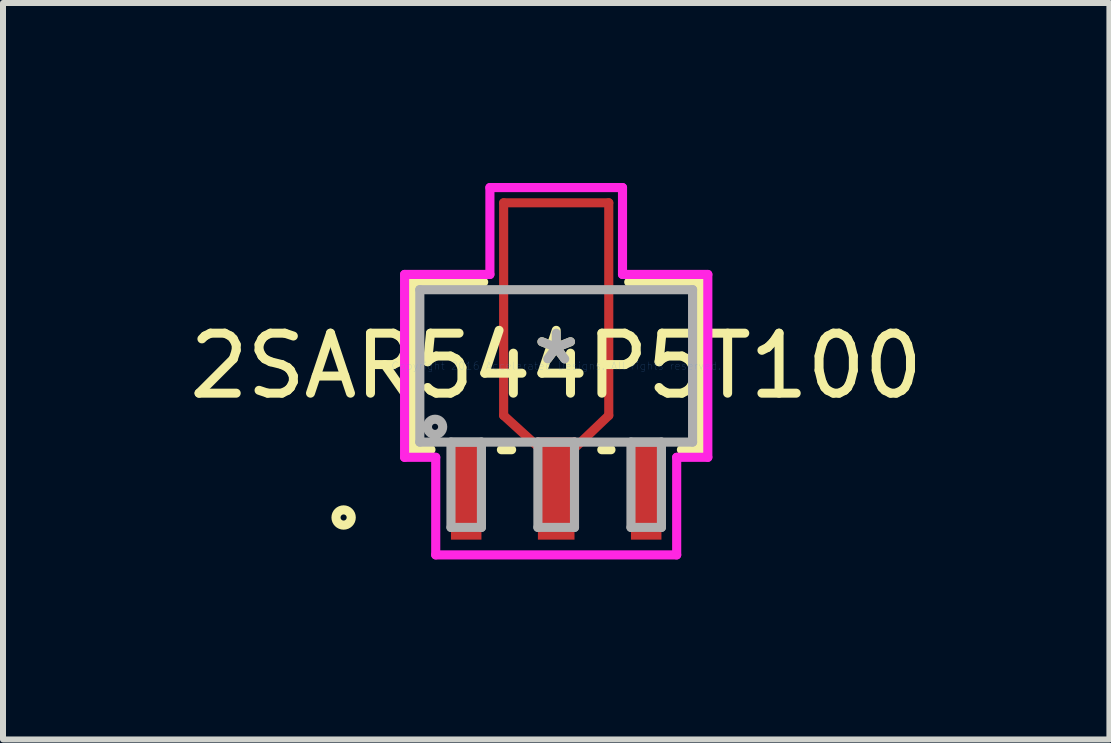
<source format=kicad_pcb>
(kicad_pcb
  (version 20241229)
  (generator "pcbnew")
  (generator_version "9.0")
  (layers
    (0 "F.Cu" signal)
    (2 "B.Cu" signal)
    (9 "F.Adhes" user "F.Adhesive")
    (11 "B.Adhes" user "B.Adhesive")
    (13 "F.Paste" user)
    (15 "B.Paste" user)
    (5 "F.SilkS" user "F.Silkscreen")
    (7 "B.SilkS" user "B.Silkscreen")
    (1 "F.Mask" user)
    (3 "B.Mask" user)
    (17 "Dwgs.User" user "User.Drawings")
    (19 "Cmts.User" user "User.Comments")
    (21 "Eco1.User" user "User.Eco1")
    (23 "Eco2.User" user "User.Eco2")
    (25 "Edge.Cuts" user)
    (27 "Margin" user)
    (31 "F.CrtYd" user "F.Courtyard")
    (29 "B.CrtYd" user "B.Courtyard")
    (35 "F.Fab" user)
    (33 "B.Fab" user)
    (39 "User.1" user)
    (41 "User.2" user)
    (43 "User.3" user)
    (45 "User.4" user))
  (footprint "2SAR544P5T100"
    (layer "F.Cu")
    (at 6.22 3.048)
    (property "Reference" "2SAR544P5T100" (at 0 0 0) (layer "F.SilkS") (effects (font (size 1 1) (thickness 0.15))))
    (attr through_hole)
    (fp_line (start -0.876 -2.718) (end 0.876 -2.718) (stroke (width 0.152) (type solid)) (layer "F.Cu"))
    (fp_line (start -0.876 0.826) (end -0.876 -2.718) (stroke (width 0.152) (type solid)) (layer "F.Cu"))
    (fp_line (start -0.305 1.27) (end -0.305 1.346) (stroke (width 0.152) (type solid)) (layer "F.Cu"))
    (fp_line (start -0.305 1.346) (end -0.876 0.826) (stroke (width 0.152) (type solid)) (layer "F.Cu"))
    (fp_line (start 0.305 1.27) (end -0.305 1.27) (stroke (width 0.152) (type solid)) (layer "F.Cu"))
    (fp_line (start 0.305 1.372) (end 0.305 1.27) (stroke (width 0.152) (type solid)) (layer "F.Cu"))
    (fp_line (start 0.876 -2.718) (end 0.876 0.826) (stroke (width 0.152) (type solid)) (layer "F.Cu"))
    (fp_line (start 0.876 0.826) (end 0.305 1.372) (stroke (width 0.152) (type solid)) (layer "F.Cu"))
    (fp_line (start -0.851 -2.565) (end 0.851 -2.565) (stroke (width 0.152) (type solid)) (layer "F.Mask"))
    (fp_line (start -0.851 0.8) (end -0.851 -2.565) (stroke (width 0.152) (type solid)) (layer "F.Mask"))
    (fp_line (start -0.305 1.27) (end -0.305 1.346) (stroke (width 0.152) (type solid)) (layer "F.Mask"))
    (fp_line (start -0.305 1.346) (end -0.851 0.8) (stroke (width 0.152) (type solid)) (layer "F.Mask"))
    (fp_line (start 0.305 1.27) (end -0.305 1.27) (stroke (width 0.152) (type solid)) (layer "F.Mask"))
    (fp_line (start 0.305 1.346) (end 0.305 1.27) (stroke (width 0.152) (type solid)) (layer "F.Mask"))
    (fp_line (start 0.851 -2.565) (end 0.851 0.8) (stroke (width 0.152) (type solid)) (layer "F.Mask"))
    (fp_line (start 0.851 0.8) (end 0.305 1.346) (stroke (width 0.152) (type solid)) (layer "F.Mask"))
    (fp_line (start -2.4 -1.397) (end -2.4 1.397) (stroke (width 0.152) (type solid)) (layer "F.SilkS"))
    (fp_line (start -2.4 1.397) (end -2.087 1.397) (stroke (width 0.152) (type solid)) (layer "F.SilkS"))
    (fp_line (start -1.209 -1.397) (end -2.4 -1.397) (stroke (width 0.152) (type solid)) (layer "F.SilkS"))
    (fp_line (start -0.913 1.397) (end -0.743 1.397) (stroke (width 0.152) (type solid)) (layer "F.SilkS"))
    (fp_line (start 0.76 1.397) (end 0.913 1.397) (stroke (width 0.152) (type solid)) (layer "F.SilkS"))
    (fp_line (start 2.087 1.397) (end 2.4 1.397) (stroke (width 0.152) (type solid)) (layer "F.SilkS"))
    (fp_line (start 2.4 -1.397) (end 1.209 -1.397) (stroke (width 0.152) (type solid)) (layer "F.SilkS"))
    (fp_line (start 2.4 1.397) (end 2.4 -1.397) (stroke (width 0.152) (type solid)) (layer "F.SilkS"))
    (fp_circle (center -3.543 2.527) (end -3.416 2.527) (stroke (width 0.152) (type solid)) (fill no) (layer "F.SilkS"))
    (fp_line (start -0.851 -2.565) (end 0.851 -2.565) (stroke (width 0.152) (type solid)) (layer "F.Paste"))
    (fp_line (start -0.851 0.8) (end -0.851 -2.565) (stroke (width 0.152) (type solid)) (layer "F.Paste"))
    (fp_line (start -0.305 1.27) (end -0.305 1.346) (stroke (width 0.152) (type solid)) (layer "F.Paste"))
    (fp_line (start -0.305 1.346) (end -0.851 0.8) (stroke (width 0.152) (type solid)) (layer "F.Paste"))
    (fp_line (start 0.305 1.27) (end -0.305 1.27) (stroke (width 0.152) (type solid)) (layer "F.Paste"))
    (fp_line (start 0.305 1.346) (end 0.305 1.27) (stroke (width 0.152) (type solid)) (layer "F.Paste"))
    (fp_line (start 0.851 -2.565) (end 0.851 0.8) (stroke (width 0.152) (type solid)) (layer "F.Paste"))
    (fp_line (start 0.851 0.8) (end 0.305 1.346) (stroke (width 0.152) (type solid)) (layer "F.Paste"))
    (fp_line (start -2.527 -1.524) (end -1.105 -1.524) (stroke (width 0.152) (type solid)) (layer "F.CrtYd"))
    (fp_line (start -2.527 1.524) (end -2.527 -1.524) (stroke (width 0.152) (type solid)) (layer "F.CrtYd"))
    (fp_line (start -2.008 1.524) (end -2.527 1.524) (stroke (width 0.152) (type solid)) (layer "F.CrtYd"))
    (fp_line (start -2.008 3.15) (end -2.008 1.524) (stroke (width 0.152) (type solid)) (layer "F.CrtYd"))
    (fp_line (start -1.105 -2.972) (end 1.105 -2.972) (stroke (width 0.152) (type solid)) (layer "F.CrtYd"))
    (fp_line (start -1.105 -1.524) (end -1.105 -2.972) (stroke (width 0.152) (type solid)) (layer "F.CrtYd"))
    (fp_line (start 1.105 -2.972) (end 1.105 -1.524) (stroke (width 0.152) (type solid)) (layer "F.CrtYd"))
    (fp_line (start 1.105 -1.524) (end 2.527 -1.524) (stroke (width 0.152) (type solid)) (layer "F.CrtYd"))
    (fp_line (start 2.008 1.524) (end 2.008 3.15) (stroke (width 0.152) (type solid)) (layer "F.CrtYd"))
    (fp_line (start 2.008 3.15) (end -2.008 3.15) (stroke (width 0.152) (type solid)) (layer "F.CrtYd"))
    (fp_line (start 2.527 -1.524) (end 2.527 1.524) (stroke (width 0.152) (type solid)) (layer "F.CrtYd"))
    (fp_line (start 2.527 1.524) (end 2.008 1.524) (stroke (width 0.152) (type solid)) (layer "F.CrtYd"))
    (fp_line (start -2.273 -1.27) (end -2.273 1.27) (stroke (width 0.152) (type solid)) (layer "F.Fab"))
    (fp_line (start -2.273 1.27) (end 2.273 1.27) (stroke (width 0.152) (type solid)) (layer "F.Fab"))
    (fp_line (start -1.754 1.27) (end -1.754 2.692) (stroke (width 0.152) (type solid)) (layer "F.Fab"))
    (fp_line (start -1.754 2.692) (end -1.246 2.692) (stroke (width 0.152) (type solid)) (layer "F.Fab"))
    (fp_line (start -1.246 1.27) (end -1.754 1.27) (stroke (width 0.152) (type solid)) (layer "F.Fab"))
    (fp_line (start -1.246 2.692) (end -1.246 1.27) (stroke (width 0.152) (type solid)) (layer "F.Fab"))
    (fp_line (start -0.305 1.27) (end -0.305 2.692) (stroke (width 0.152) (type solid)) (layer "F.Fab"))
    (fp_line (start -0.305 2.692) (end 0.305 2.692) (stroke (width 0.152) (type solid)) (layer "F.Fab"))
    (fp_line (start 0.305 1.27) (end -0.305 1.27) (stroke (width 0.152) (type solid)) (layer "F.Fab"))
    (fp_line (start 0.305 2.692) (end 0.305 1.27) (stroke (width 0.152) (type solid)) (layer "F.Fab"))
    (fp_line (start 1.246 1.27) (end 1.246 2.692) (stroke (width 0.152) (type solid)) (layer "F.Fab"))
    (fp_line (start 1.246 2.692) (end 1.754 2.692) (stroke (width 0.152) (type solid)) (layer "F.Fab"))
    (fp_line (start 1.754 1.27) (end 1.246 1.27) (stroke (width 0.152) (type solid)) (layer "F.Fab"))
    (fp_line (start 1.754 2.692) (end 1.754 1.27) (stroke (width 0.152) (type solid)) (layer "F.Fab"))
    (fp_line (start 2.273 -1.27) (end -2.273 -1.27) (stroke (width 0.152) (type solid)) (layer "F.Fab"))
    (fp_line (start 2.273 1.27) (end 2.273 -1.27) (stroke (width 0.152) (type solid)) (layer "F.Fab"))
    (fp_circle (center -2.019 1.016) (end -1.892 1.016) (stroke (width 0.152) (type solid)) (fill no) (layer "F.Fab"))
    (fp_text user "*" (at 0 0 0) (layer "F.SilkS") (effects (font (size 1 1) (thickness 0.15))))
    (fp_text user "Copyright 2016 Accelerated Designs. All rights reserved." (at 0 0 0) (layer "Cmts.User") (effects (font (size 0.127 0.127) (thickness 0.002))))
    (fp_text user "*" (at 0 0 0) (layer "F.Fab") (effects (font (size 1 1) (thickness 0.15))))
    (pad "1" smd rect (at -1.5 2.083) (size 0.508 1.626) (layers "F.Cu" "F.Mask" "F.Paste"))
    (pad "2" smd rect (at 0 2.083) (size 0.61 1.626) (layers "F.Cu" "F.Mask" "F.Paste"))
    (pad "3" smd rect (at 1.5 2.083) (size 0.508 1.626) (layers "F.Cu" "F.Mask" "F.Paste")))
  (gr_rect
    (start -3 -3)
    (end 15.44 9.274)
    (stroke (width 0.1) (type default))
    (fill no)
    (layer "Edge.Cuts")))
</source>
